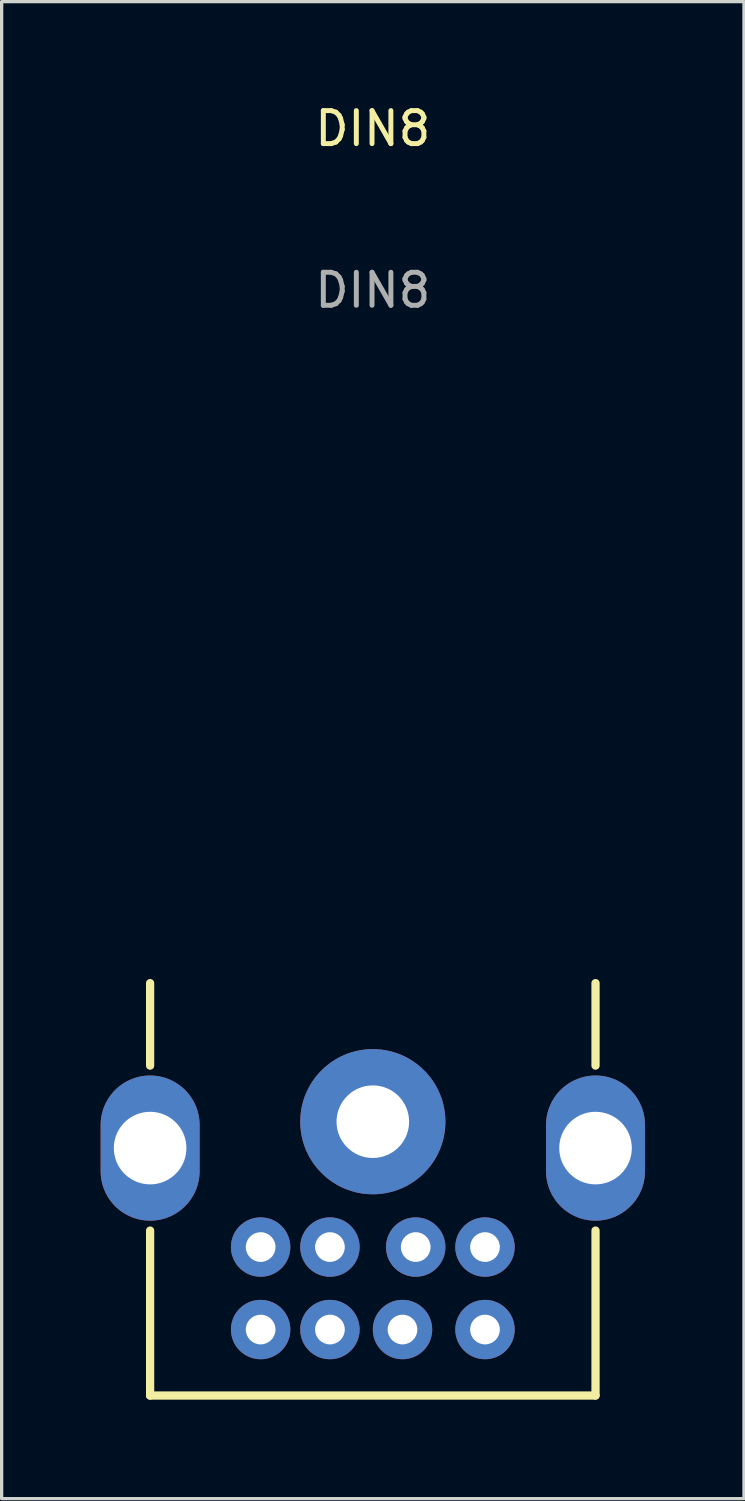
<source format=kicad_pcb>
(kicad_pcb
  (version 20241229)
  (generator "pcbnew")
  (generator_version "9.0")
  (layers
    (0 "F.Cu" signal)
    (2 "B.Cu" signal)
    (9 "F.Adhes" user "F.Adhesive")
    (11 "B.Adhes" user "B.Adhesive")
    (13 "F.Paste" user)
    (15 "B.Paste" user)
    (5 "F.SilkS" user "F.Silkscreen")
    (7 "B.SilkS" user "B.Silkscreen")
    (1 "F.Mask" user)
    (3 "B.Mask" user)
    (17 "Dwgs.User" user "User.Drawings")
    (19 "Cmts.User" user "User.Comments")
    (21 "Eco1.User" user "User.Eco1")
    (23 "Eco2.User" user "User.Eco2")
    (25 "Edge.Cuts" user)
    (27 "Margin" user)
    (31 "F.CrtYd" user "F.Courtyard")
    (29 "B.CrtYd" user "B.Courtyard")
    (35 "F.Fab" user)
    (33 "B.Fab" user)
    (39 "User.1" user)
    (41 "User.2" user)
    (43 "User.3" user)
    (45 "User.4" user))
  (footprint "DIN8"
    (layer "F.Cu")
    (at 8.25 26.248)
    (property "Reference" "DIN8" (at 0 -25.4 0) (unlocked yes) (layer "F.SilkS") (effects (font (size 1 1) (thickness 0.15))))
    (attr through_hole)
    (fp_line (start -6.75 3) (end -6.75 0.5) (stroke (width 0.25) (type solid)) (layer "F.SilkS"))
    (fp_line (start -6.75 8) (end -6.75 13) (stroke (width 0.25) (type solid)) (layer "F.SilkS"))
    (fp_line (start -6.75 13) (end 6.75 13) (stroke (width 0.25) (type solid)) (layer "F.SilkS"))
    (fp_line (start 6.75 3) (end 6.75 0.5) (stroke (width 0.25) (type solid)) (layer "F.SilkS"))
    (fp_line (start 6.75 13) (end 6.75 8) (stroke (width 0.25) (type solid)) (layer "F.SilkS"))
    (fp_text user "${REFERENCE}" (at 0 -20.5 0) (unlocked yes) (layer "F.Fab") (effects (font (size 1 1) (thickness 0.15))))
    (pad "1" thru_hole circle (at -1.3 8.5) (size 1.8 1.8) (drill 0.9) (layers "*.Cu" "*.Mask"))
    (pad "2" thru_hole circle (at 1.3 8.5) (size 1.8 1.8) (drill 0.9) (layers "*.Cu" "*.Mask"))
    (pad "3" thru_hole circle (at -3.4 8.5) (size 1.8 1.8) (drill 0.9) (layers "*.Cu" "*.Mask"))
    (pad "4" thru_hole circle (at -1.3 11) (size 1.8 1.8) (drill 0.9) (layers "*.Cu" "*.Mask"))
    (pad "5" thru_hole circle (at 3.4 8.5) (size 1.8 1.8) (drill 0.9) (layers "*.Cu" "*.Mask"))
    (pad "6" thru_hole circle (at -3.4 11) (size 1.8 1.8) (drill 0.9) (layers "*.Cu" "*.Mask"))
    (pad "7" thru_hole circle (at 0.9 11) (size 1.8 1.8) (drill 0.9) (layers "*.Cu" "*.Mask"))
    (pad "8" thru_hole circle (at 3.4 11) (size 1.8 1.8) (drill 0.9) (layers "*.Cu" "*.Mask"))
    (pad "S" thru_hole oval (at -6.75 5.5) (size 3 4.4) (drill 2.2) (layers "*.Cu" "*.Mask"))
    (pad "S" thru_hole circle (at 0 4.7) (size 4.4 4.4) (drill 2.2) (layers "*.Cu" "*.Mask"))
    (pad "S" thru_hole oval (at 6.75 5.5) (size 3 4.4) (drill 2.2) (layers "*.Cu" "*.Mask")))
  (gr_rect
    (start -3 -3)
    (end 19.5 42.373)
    (stroke (width 0.1) (type default))
    (fill no)
    (layer "Edge.Cuts")))
</source>
